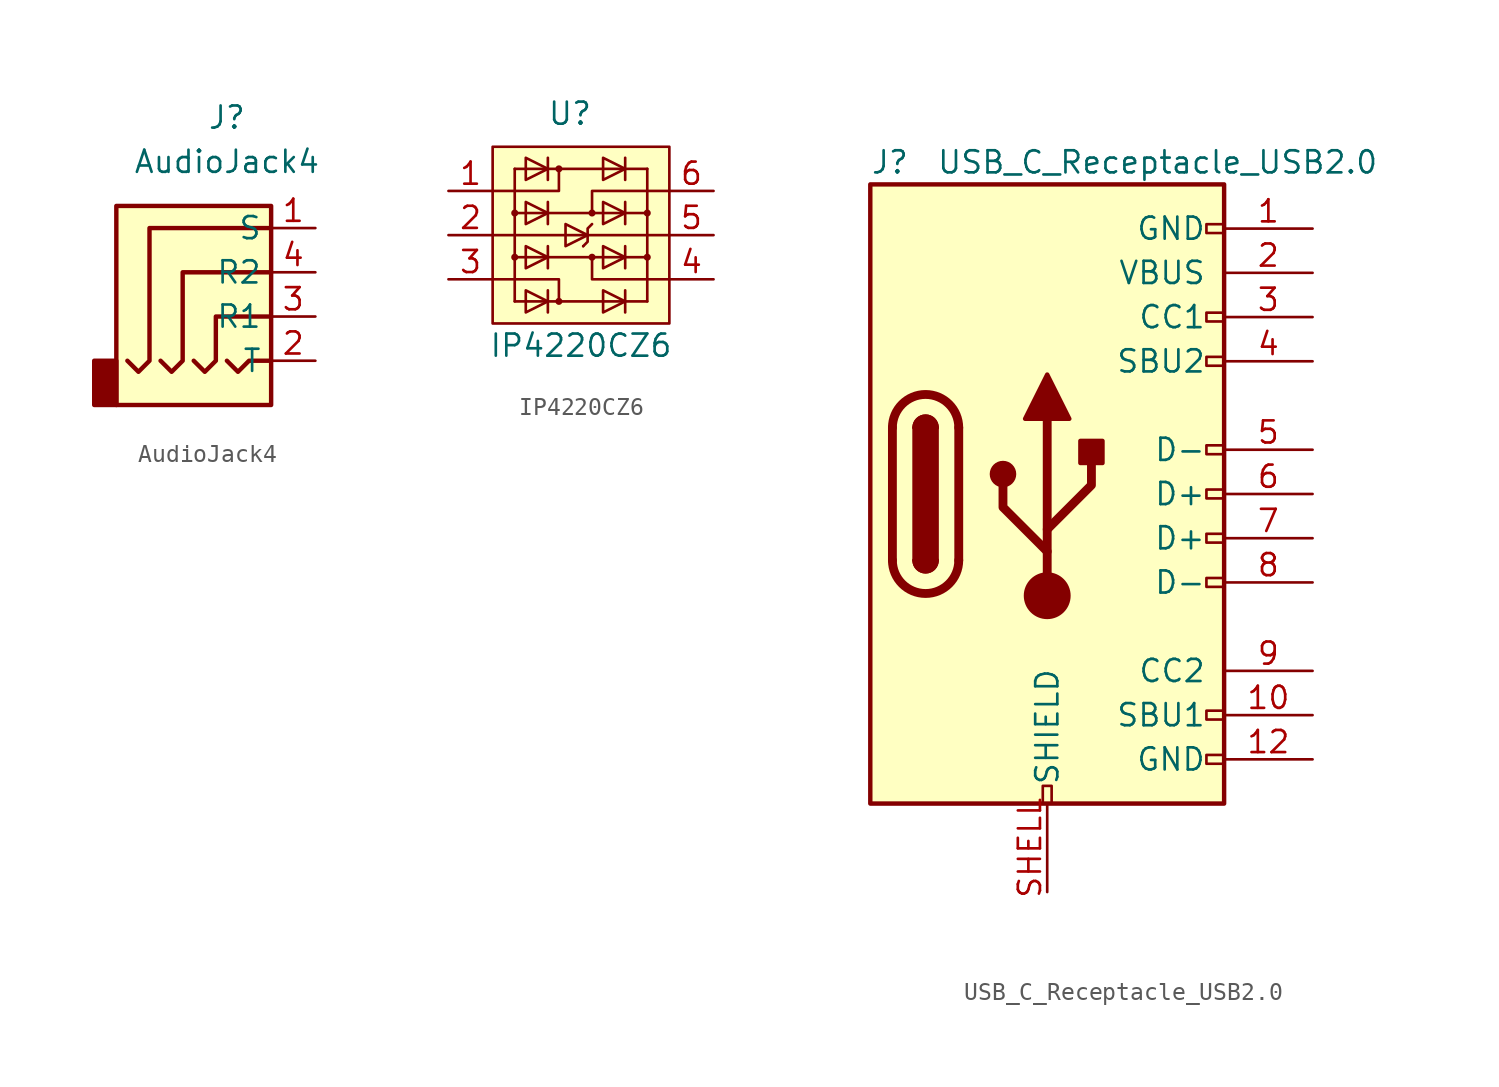
<source format=kicad_sym>
(kicad_symbol_lib
  (version 20211014)
  (generator kicad_symbol_editor)
  (symbol "AudioJack4"
    (property "Reference" "J"
      (at 0 8.89 0)
      (effects (font (size 1.27 1.27))))
    (property "Value" "AudioJack4"
      (at 0 6.35 0)
      (effects (font (size 1.27 1.27))))
    (symbol "AudioJack4_0_1"
      (rectangle (start -6.35 -5.08) (end -7.62 -7.62) (stroke (width 0.254) (type default) (color 0 0 0 0)) (fill (type outline)))
      (polyline (pts (xy 0 -5.08) (xy 0.635 -5.715) (xy 1.27 -5.08) (xy 2.54 -5.08)) (stroke (width 0.254) (type default) (color 0 0 0 0)) (fill (type none)))
      (polyline (pts (xy -5.715 -5.08) (xy -5.08 -5.715) (xy -4.445 -5.08) (xy -4.445 2.54) (xy 2.54 2.54)) (stroke (width 0.254) (type default) (color 0 0 0 0)) (fill (type none)))
      (polyline (pts (xy -1.905 -5.08) (xy -1.27 -5.715) (xy -0.635 -5.08) (xy -0.635 -2.54) (xy 2.54 -2.54)) (stroke (width 0.254) (type default) (color 0 0 0 0)) (fill (type none)))
      (polyline (pts (xy 2.54 0) (xy -2.54 0) (xy -2.54 -5.08) (xy -3.175 -5.715) (xy -3.81 -5.08)) (stroke (width 0.254) (type default) (color 0 0 0 0)) (fill (type none)))
      (rectangle (start 2.54 3.81) (end -6.35 -7.62) (stroke (width 0.254) (type default) (color 0 0 0 0)) (fill (type background))))
    (symbol "AudioJack4_1_1"
      (pin passive line (at 5.08 2.54 180) (length 2.54) (name "S" (effects (font (size 1.27 1.27)))) (number "1" (effects (font (size 1.27 1.27)))))
      (pin passive line (at 5.08 -5.08 180) (length 2.54) (name "T" (effects (font (size 1.27 1.27)))) (number "2" (effects (font (size 1.27 1.27)))))
      (pin passive line (at 5.08 -2.54 180) (length 2.54) (name "R1" (effects (font (size 1.27 1.27)))) (number "3" (effects (font (size 1.27 1.27)))))
      (pin passive line (at 5.08 0 180) (length 2.54) (name "R2" (effects (font (size 1.27 1.27)))) (number "4" (effects (font (size 1.27 1.27)))))))
  (symbol "IP4220CZ6"
    (property "Reference" "U"
      (at -0.635 6.985 0)
      (effects (font (size 1.27 1.27))))
    (property "Value" "IP4220CZ6"
      (at 0 -6.35 0)
      (effects (font (size 1.27 1.27))))
    (symbol "IP4220CZ6_0_1"
      (rectangle (start -5.08 5.08) (end 5.08 -5.08) (stroke (width 0) (type default) (color 0 0 0 0)) (fill (type background)))
      (circle (center -3.81 -1.27) (radius 0.127) (stroke (width 0) (type default) (color 0 0 0 0)) (fill (type none)))
      (circle (center -3.81 1.27) (radius 0.127) (stroke (width 0) (type default) (color 0 0 0 0)) (fill (type none)))
      (circle (center -1.27 -3.81) (radius 0.127) (stroke (width 0) (type default) (color 0 0 0 0)) (fill (type none)))
      (circle (center -1.27 3.81) (radius 0.127) (stroke (width 0) (type default) (color 0 0 0 0)) (fill (type none)))
      (polyline (pts (xy -3.81 -1.27) (xy 3.81 -1.27)) (stroke (width 0) (type default) (color 0 0 0 0)) (fill (type none)))
      (polyline (pts (xy -3.81 1.27) (xy 3.81 1.27)) (stroke (width 0) (type default) (color 0 0 0 0)) (fill (type none)))
      (polyline (pts (xy -3.81 3.81) (xy -3.81 -3.81)) (stroke (width 0) (type default) (color 0 0 0 0)) (fill (type none)))
      (polyline (pts (xy -3.81 3.81) (xy 3.81 3.81)) (stroke (width 0) (type default) (color 0 0 0 0)) (fill (type none)))
      (polyline (pts (xy -1.905 -3.175) (xy -1.905 -4.445)) (stroke (width 0) (type default) (color 0 0 0 0)) (fill (type none)))
      (polyline (pts (xy -1.905 -0.635) (xy -1.905 -1.905)) (stroke (width 0) (type default) (color 0 0 0 0)) (fill (type none)))
      (polyline (pts (xy -1.905 1.905) (xy -1.905 0.635)) (stroke (width 0) (type default) (color 0 0 0 0)) (fill (type none)))
      (polyline (pts (xy -1.905 4.445) (xy -1.905 3.175)) (stroke (width 0) (type default) (color 0 0 0 0)) (fill (type none)))
      (polyline (pts (xy 0.127 -0.635) (xy 0.127 -0.635)) (stroke (width 0) (type default) (color 0 0 0 0)) (fill (type none)))
      (polyline (pts (xy 2.54 -3.175) (xy 2.54 -4.445)) (stroke (width 0) (type default) (color 0 0 0 0)) (fill (type none)))
      (polyline (pts (xy 2.54 -0.635) (xy 2.54 -1.905)) (stroke (width 0) (type default) (color 0 0 0 0)) (fill (type none)))
      (polyline (pts (xy 2.54 1.905) (xy 2.54 0.635)) (stroke (width 0) (type default) (color 0 0 0 0)) (fill (type none)))
      (polyline (pts (xy 2.54 4.445) (xy 2.54 3.175)) (stroke (width 0) (type default) (color 0 0 0 0)) (fill (type none)))
      (polyline (pts (xy 3.81 -3.81) (xy 3.81 3.81)) (stroke (width 0) (type default) (color 0 0 0 0)) (fill (type none)))
      (polyline (pts (xy -5.08 0) (xy 5.08 0) (xy 4.445 0)) (stroke (width 0) (type default) (color 0 0 0 0)) (fill (type none)))
      (polyline (pts (xy -3.81 -3.81) (xy 3.81 -3.81) (xy 3.81 -3.81)) (stroke (width 0) (type default) (color 0 0 0 0)) (fill (type none)))
      (polyline (pts (xy -1.27 -3.81) (xy -1.27 -2.54) (xy -5.08 -2.54)) (stroke (width 0) (type default) (color 0 0 0 0)) (fill (type none)))
      (polyline (pts (xy -1.27 3.81) (xy -1.27 2.54) (xy -5.08 2.54)) (stroke (width 0) (type default) (color 0 0 0 0)) (fill (type none)))
      (polyline (pts (xy 0.635 -1.27) (xy 0.635 -2.54) (xy 5.08 -2.54)) (stroke (width 0) (type default) (color 0 0 0 0)) (fill (type none)))
      (polyline (pts (xy 0.635 1.27) (xy 0.635 2.54) (xy 5.08 2.54)) (stroke (width 0) (type default) (color 0 0 0 0)) (fill (type none)))
      (polyline (pts (xy -3.175 -3.175) (xy -3.175 -4.445) (xy -1.905 -3.81) (xy -3.175 -3.175)) (stroke (width 0) (type default) (color 0 0 0 0)) (fill (type none)))
      (polyline (pts (xy -3.175 -0.635) (xy -3.175 -1.905) (xy -1.905 -1.27) (xy -3.175 -0.635)) (stroke (width 0) (type default) (color 0 0 0 0)) (fill (type none)))
      (polyline (pts (xy -3.175 1.905) (xy -3.175 0.635) (xy -1.905 1.27) (xy -3.175 1.905)) (stroke (width 0) (type default) (color 0 0 0 0)) (fill (type none)))
      (polyline (pts (xy -3.175 4.445) (xy -3.175 3.175) (xy -1.905 3.81) (xy -3.175 4.445)) (stroke (width 0) (type default) (color 0 0 0 0)) (fill (type none)))
      (polyline (pts (xy 0.635 0.635) (xy 0.381 0.381) (xy 0.381 -0.381) (xy 0.127 -0.635)) (stroke (width 0) (type default) (color 0 0 0 0)) (fill (type none)))
      (polyline (pts (xy 1.27 -3.175) (xy 1.27 -4.445) (xy 2.54 -3.81) (xy 1.27 -3.175)) (stroke (width 0) (type default) (color 0 0 0 0)) (fill (type none)))
      (polyline (pts (xy 1.27 -0.635) (xy 1.27 -1.905) (xy 2.54 -1.27) (xy 1.27 -0.635)) (stroke (width 0) (type default) (color 0 0 0 0)) (fill (type none)))
      (polyline (pts (xy 1.27 1.905) (xy 1.27 0.635) (xy 2.54 1.27) (xy 1.27 1.905)) (stroke (width 0) (type default) (color 0 0 0 0)) (fill (type none)))
      (polyline (pts (xy 1.27 4.445) (xy 1.27 3.175) (xy 2.54 3.81) (xy 1.27 4.445)) (stroke (width 0) (type default) (color 0 0 0 0)) (fill (type none)))
      (circle (center 0.635 -1.27) (radius 0.127) (stroke (width 0) (type default) (color 0 0 0 0)) (fill (type none)))
      (circle (center 0.635 1.27) (radius 0.127) (stroke (width 0) (type default) (color 0 0 0 0)) (fill (type none)))
      (circle (center 3.81 -1.27) (radius 0.127) (stroke (width 0) (type default) (color 0 0 0 0)) (fill (type none)))
      (circle (center 3.81 1.27) (radius 0.127) (stroke (width 0) (type default) (color 0 0 0 0)) (fill (type none))))
    (symbol "IP4220CZ6_1_1"
      (polyline (pts (xy -0.889 0.635) (xy -0.889 -0.635) (xy 0.381 0) (xy -0.889 0.635)) (stroke (width 0) (type default) (color 0 0 0 0)) (fill (type none)))
      (pin passive line (at -7.62 2.54 0) (length 2.54) (name "~" (effects (font (size 1.27 1.27)))) (number "1" (effects (font (size 1.27 1.27)))))
      (pin passive line (at -7.62 0 0) (length 2.54) (name "~" (effects (font (size 1.27 1.27)))) (number "2" (effects (font (size 1.27 1.27)))))
      (pin passive line (at -7.62 -2.54 0) (length 2.54) (name "~" (effects (font (size 1.27 1.27)))) (number "3" (effects (font (size 1.27 1.27)))))
      (pin passive line (at 7.62 -2.54 180) (length 2.54) (name "~" (effects (font (size 1.27 1.27)))) (number "4" (effects (font (size 1.27 1.27)))))
      (pin passive line (at 7.62 0 180) (length 2.54) (name "~" (effects (font (size 1.27 1.27)))) (number "5" (effects (font (size 1.27 1.27)))))
      (pin passive line (at 7.62 2.54 180) (length 2.54) (name "~" (effects (font (size 1.27 1.27)))) (number "6" (effects (font (size 1.27 1.27)))))))
  (symbol "USB_C_Receptacle_USB2.0"
    (pin_names
      (offset 1.016))
    (property "Reference" "J"
      (at -10.16 19.05 0)
      (effects (font (size 1.27 1.27)) (justify left)))
    (property "Value" "USB_C_Receptacle_USB2.0"
      (at 19.05 19.05 0)
      (effects (font (size 1.27 1.27)) (justify right)))
    (symbol "USB_C_Receptacle_USB2.0_0_0"
      (rectangle (start -0.254 -17.78) (end 0.254 -16.764) (stroke (width 0) (type default) (color 0 0 0 0)) (fill (type none)))
      (rectangle (start 10.16 -14.986) (end 9.144 -15.494) (stroke (width 0) (type default) (color 0 0 0 0)) (fill (type none)))
      (rectangle (start 10.16 -12.446) (end 9.144 -12.954) (stroke (width 0) (type default) (color 0 0 0 0)) (fill (type none)))
      (rectangle (start 10.16 -4.826) (end 9.144 -5.334) (stroke (width 0) (type default) (color 0 0 0 0)) (fill (type none)))
      (rectangle (start 10.16 -2.286) (end 9.144 -2.794) (stroke (width 0) (type default) (color 0 0 0 0)) (fill (type none)))
      (rectangle (start 10.16 0.254) (end 9.144 -0.254) (stroke (width 0) (type default) (color 0 0 0 0)) (fill (type none)))
      (rectangle (start 10.16 2.794) (end 9.144 2.286) (stroke (width 0) (type default) (color 0 0 0 0)) (fill (type none)))
      (rectangle (start 10.16 7.874) (end 9.144 7.366) (stroke (width 0) (type default) (color 0 0 0 0)) (fill (type none)))
      (rectangle (start 10.16 10.414) (end 9.144 9.906) (stroke (width 0) (type default) (color 0 0 0 0)) (fill (type none)))
      (rectangle (start 10.16 15.494) (end 9.144 14.986) (stroke (width 0) (type default) (color 0 0 0 0)) (fill (type none))))
    (symbol "USB_C_Receptacle_USB2.0_0_1"
      (rectangle (start -10.16 17.78) (end 10.16 -17.78) (stroke (width 0.254) (type default) (color 0 0 0 0)) (fill (type background)))
      (arc (start -8.89 -3.81) (mid -6.985 -5.715) (end -5.08 -3.81) (stroke (width 0.508) (type default) (color 0 0 0 0)) (fill (type none)))
      (arc (start -7.62 -3.81) (mid -6.985 -4.445) (end -6.35 -3.81) (stroke (width 0.254) (type default) (color 0 0 0 0)) (fill (type none)))
      (arc (start -7.62 -3.81) (mid -6.985 -4.445) (end -6.35 -3.81) (stroke (width 0.254) (type default) (color 0 0 0 0)) (fill (type outline)))
      (rectangle (start -7.62 -3.81) (end -6.35 3.81) (stroke (width 0.254) (type default) (color 0 0 0 0)) (fill (type outline)))
      (arc (start -6.35 3.81) (mid -6.985 4.445) (end -7.62 3.81) (stroke (width 0.254) (type default) (color 0 0 0 0)) (fill (type none)))
      (arc (start -6.35 3.81) (mid -6.985 4.445) (end -7.62 3.81) (stroke (width 0.254) (type default) (color 0 0 0 0)) (fill (type outline)))
      (arc (start -5.08 3.81) (mid -6.985 5.715) (end -8.89 3.81) (stroke (width 0.508) (type default) (color 0 0 0 0)) (fill (type none)))
      (circle (center -2.54 1.143) (radius 0.635) (stroke (width 0.254) (type default) (color 0 0 0 0)) (fill (type outline)))
      (circle (center 0 -5.842) (radius 1.27) (stroke (width 0) (type default) (color 0 0 0 0)) (fill (type outline)))
      (polyline (pts (xy -8.89 -3.81) (xy -8.89 3.81)) (stroke (width 0.508) (type default) (color 0 0 0 0)) (fill (type none)))
      (polyline (pts (xy -5.08 3.81) (xy -5.08 -3.81)) (stroke (width 0.508) (type default) (color 0 0 0 0)) (fill (type none)))
      (polyline (pts (xy 0 -5.842) (xy 0 4.318)) (stroke (width 0.508) (type default) (color 0 0 0 0)) (fill (type none)))
      (polyline (pts (xy 0 -3.302) (xy -2.54 -0.762) (xy -2.54 0.508)) (stroke (width 0.508) (type default) (color 0 0 0 0)) (fill (type none)))
      (polyline (pts (xy 0 -2.032) (xy 2.54 0.508) (xy 2.54 1.778)) (stroke (width 0.508) (type default) (color 0 0 0 0)) (fill (type none)))
      (polyline (pts (xy -1.27 4.318) (xy 0 6.858) (xy 1.27 4.318) (xy -1.27 4.318)) (stroke (width 0.254) (type default) (color 0 0 0 0)) (fill (type outline)))
      (rectangle (start 1.905 1.778) (end 3.175 3.048) (stroke (width 0.254) (type default) (color 0 0 0 0)) (fill (type outline))))
    (symbol "USB_C_Receptacle_USB2.0_1_1"
      (pin passive line (at 15.24 15.24 180) (length 5.08) (name "GND" (effects (font (size 1.27 1.27)))) (number "1" (effects (font (size 1.27 1.27)))))
      (pin bidirectional line (at 15.24 -12.7 180) (length 5.08) (name "SBU1" (effects (font (size 1.27 1.27)))) (number "10" (effects (font (size 1.27 1.27)))))
      (pin passive line (at 15.24 -15.24 180) (length 5.08) (name "GND" (effects (font (size 1.27 1.27)))) (number "12" (effects (font (size 1.27 1.27)))))
      (pin passive line (at 15.24 12.7 180) (length 5.08) (name "VBUS" (effects (font (size 1.27 1.27)))) (number "2" (effects (font (size 1.27 1.27)))))
      (pin bidirectional line (at 15.24 10.16 180) (length 5.08) (name "CC1" (effects (font (size 1.27 1.27)))) (number "3" (effects (font (size 1.27 1.27)))))
      (pin bidirectional line (at 15.24 7.62 180) (length 5.08) (name "SBU2" (effects (font (size 1.27 1.27)))) (number "4" (effects (font (size 1.27 1.27)))))
      (pin bidirectional line (at 15.24 2.54 180) (length 5.08) (name "D-" (effects (font (size 1.27 1.27)))) (number "5" (effects (font (size 1.27 1.27)))))
      (pin bidirectional line (at 15.24 0 180) (length 5.08) (name "D+" (effects (font (size 1.27 1.27)))) (number "6" (effects (font (size 1.27 1.27)))))
      (pin bidirectional line (at 15.24 -2.54 180) (length 5.08) (name "D+" (effects (font (size 1.27 1.27)))) (number "7" (effects (font (size 1.27 1.27)))))
      (pin bidirectional line (at 15.24 -5.08 180) (length 5.08) (name "D-" (effects (font (size 1.27 1.27)))) (number "8" (effects (font (size 1.27 1.27)))))
      (pin bidirectional line (at 15.24 -10.16 180) (length 5.08) (name "CC2" (effects (font (size 1.27 1.27)))) (number "9" (effects (font (size 1.27 1.27)))))
      (pin passive line (at 0 -22.86 90) (length 5.08) (name "SHIELD" (effects (font (size 1.27 1.27)))) (number "SHELL" (effects (font (size 1.27 1.27))))))))
</source>
